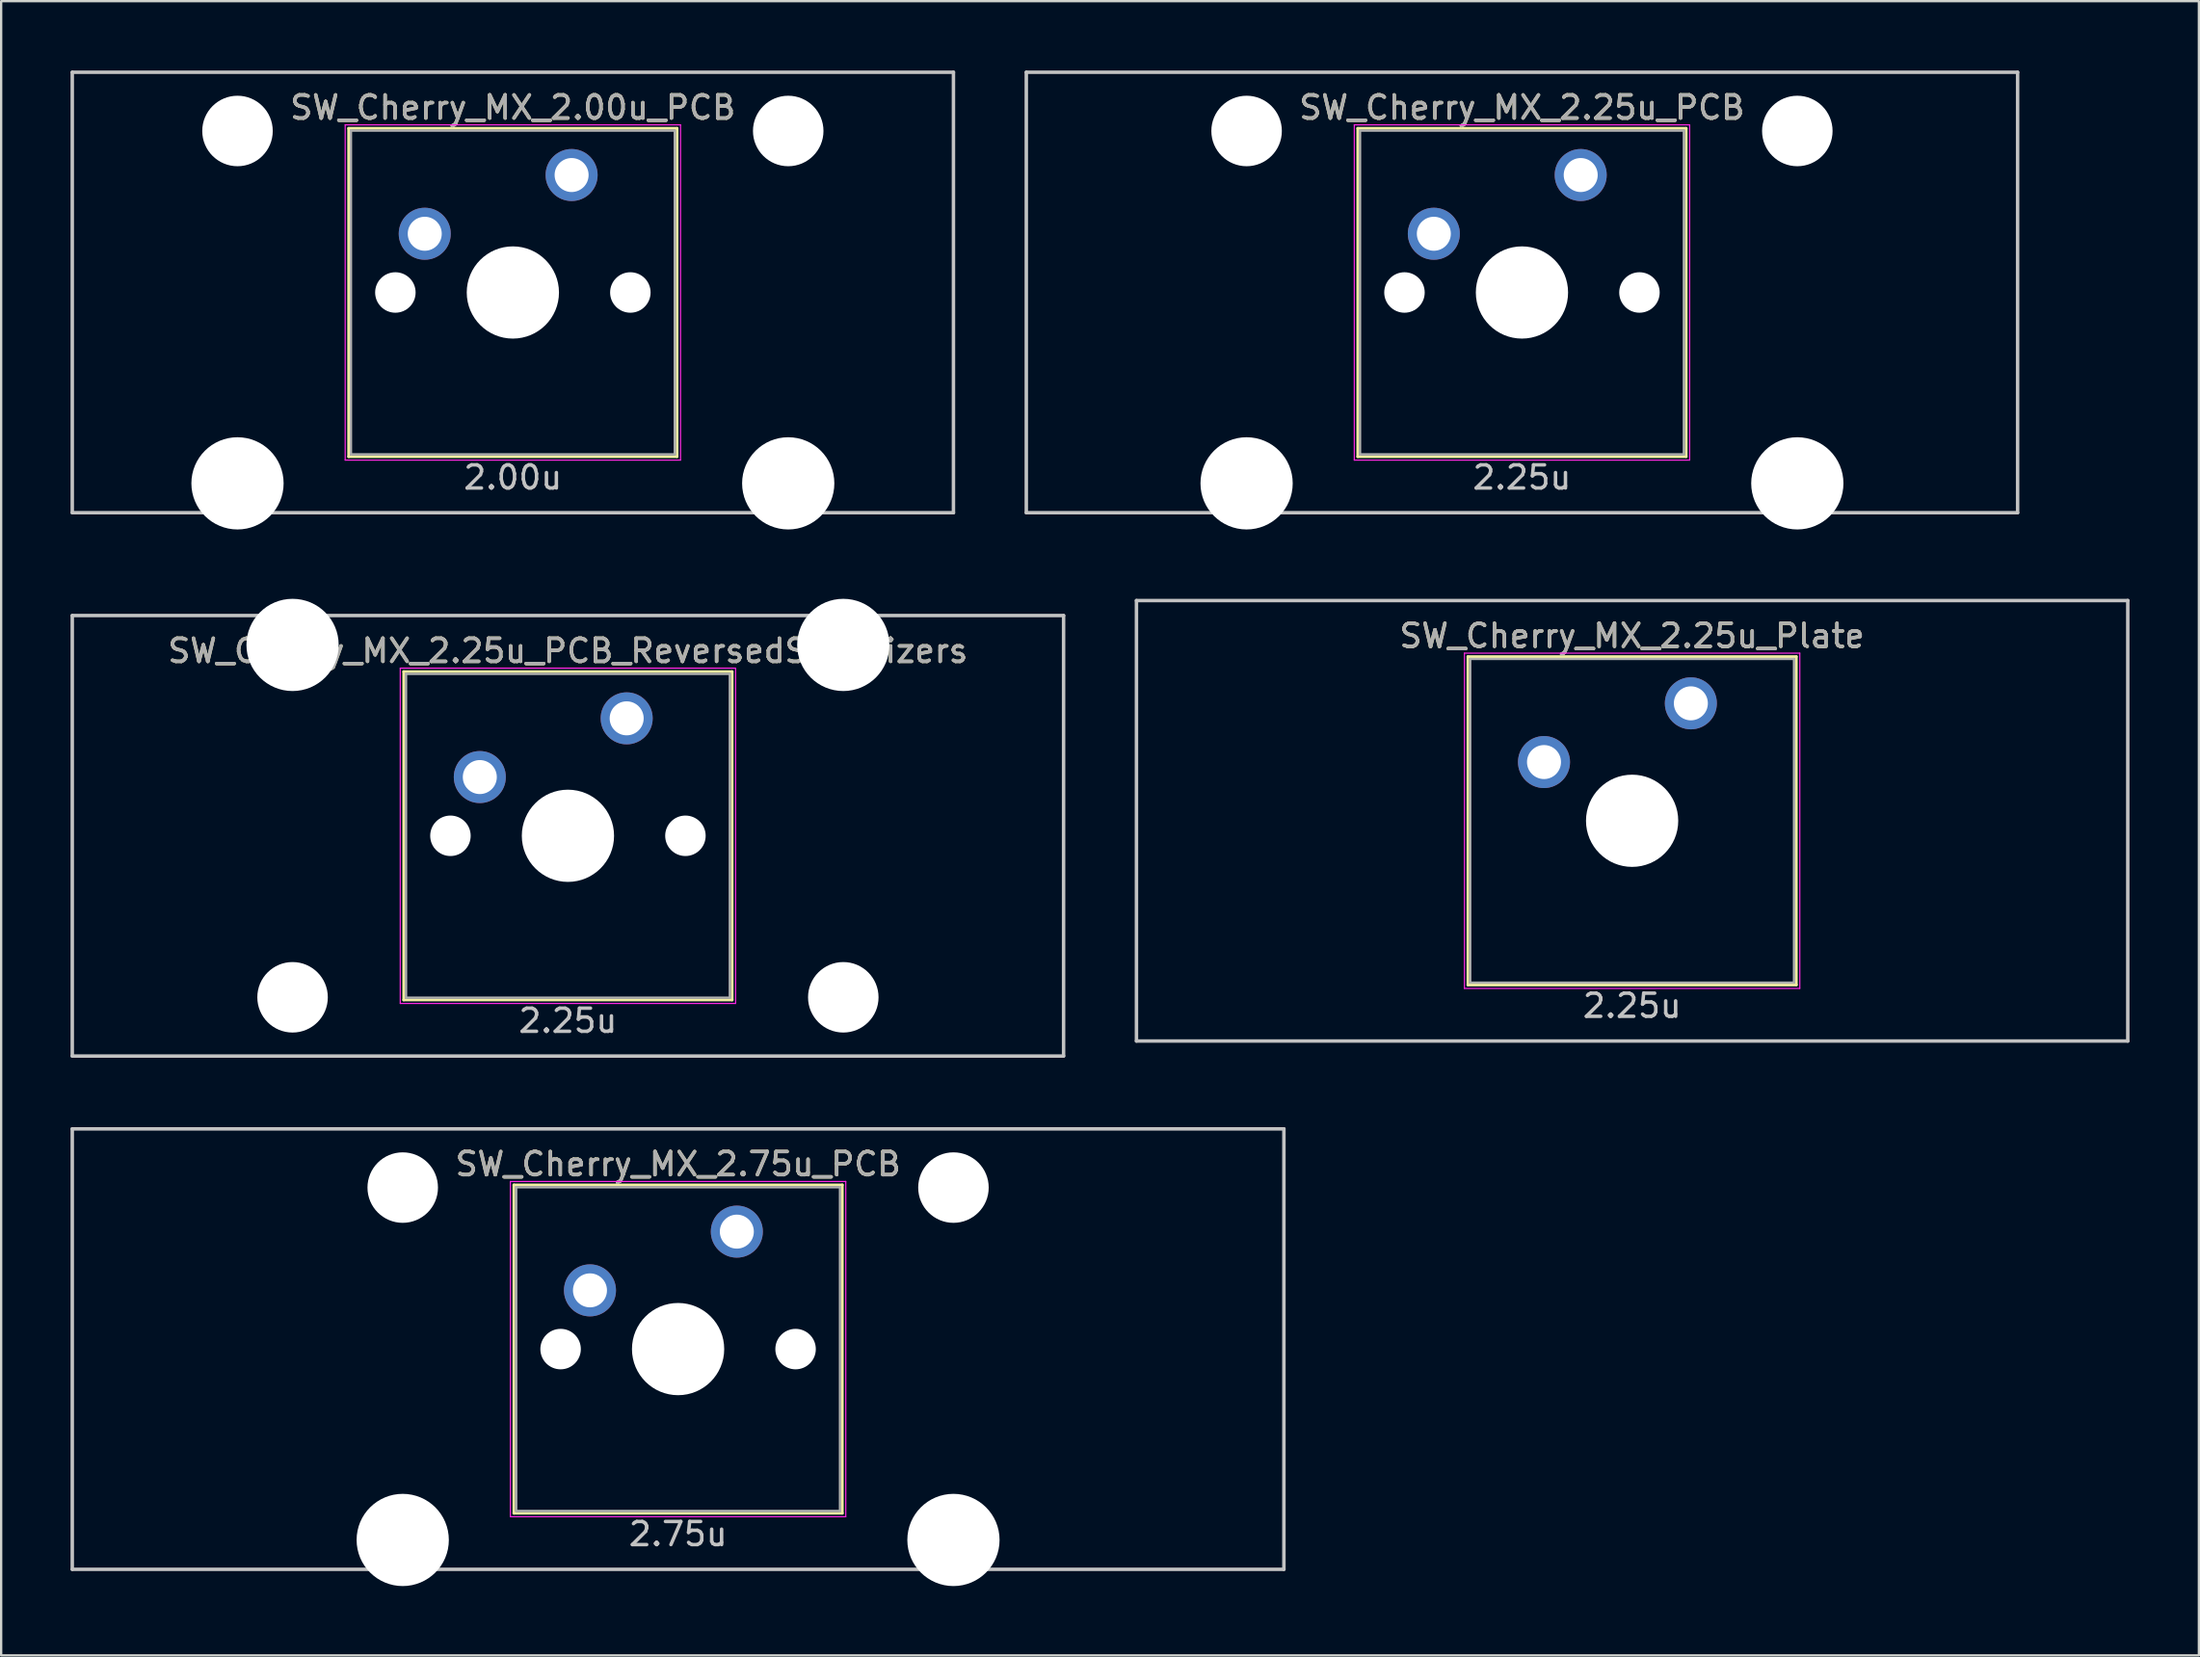
<source format=kicad_pcb>
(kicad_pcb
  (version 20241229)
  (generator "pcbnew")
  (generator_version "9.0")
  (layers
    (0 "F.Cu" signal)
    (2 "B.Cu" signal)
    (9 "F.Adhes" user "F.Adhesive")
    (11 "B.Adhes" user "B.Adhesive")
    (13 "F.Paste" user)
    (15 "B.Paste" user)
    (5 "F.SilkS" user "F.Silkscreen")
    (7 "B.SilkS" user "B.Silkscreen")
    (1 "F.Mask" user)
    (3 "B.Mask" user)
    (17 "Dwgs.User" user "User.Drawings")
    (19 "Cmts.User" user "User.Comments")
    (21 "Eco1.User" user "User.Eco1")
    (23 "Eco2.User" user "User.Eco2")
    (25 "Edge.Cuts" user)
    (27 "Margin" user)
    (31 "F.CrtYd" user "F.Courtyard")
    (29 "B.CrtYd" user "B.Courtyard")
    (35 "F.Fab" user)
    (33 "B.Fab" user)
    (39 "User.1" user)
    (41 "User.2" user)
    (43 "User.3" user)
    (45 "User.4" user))
  (footprint "SW_Cherry_MX_2.00u_PCB"
    (layer "F.Cu")
    (at 19.125 9.6)
    (property "Reference" "SW_Cherry_MX_2.00u_PCB" (at 0 -8 0) (layer "F.SilkS") (effects (font (size 1 1) (thickness 0.15))))
    (attr through_hole)
    (fp_line (start -7.1 -7.1) (end 7.1 -7.1) (stroke (width 0.12) (type solid)) (layer "F.SilkS"))
    (fp_line (start -7.1 7.1) (end -7.1 -7.1) (stroke (width 0.12) (type solid)) (layer "F.SilkS"))
    (fp_line (start 7.1 -7.1) (end 7.1 7.1) (stroke (width 0.12) (type solid)) (layer "F.SilkS"))
    (fp_line (start 7.1 7.1) (end -7.1 7.1) (stroke (width 0.12) (type solid)) (layer "F.SilkS"))
    (fp_line (start -19.05 -9.525) (end 19.05 -9.525) (stroke (width 0.15) (type solid)) (layer "Dwgs.User"))
    (fp_line (start -19.05 9.525) (end -19.05 -9.525) (stroke (width 0.15) (type solid)) (layer "Dwgs.User"))
    (fp_line (start -19.05 9.525) (end 19.05 9.525) (stroke (width 0.15) (type solid)) (layer "Dwgs.User"))
    (fp_line (start 19.05 -9.525) (end 19.05 9.525) (stroke (width 0.15) (type solid)) (layer "Dwgs.User"))
    (fp_line (start -7.25 -7.25) (end 7.25 -7.25) (stroke (width 0.05) (type solid)) (layer "F.CrtYd"))
    (fp_line (start -7.25 7.25) (end -7.25 -7.25) (stroke (width 0.05) (type solid)) (layer "F.CrtYd"))
    (fp_line (start 7.25 -7.25) (end 7.25 7.25) (stroke (width 0.05) (type solid)) (layer "F.CrtYd"))
    (fp_line (start 7.25 7.25) (end -7.25 7.25) (stroke (width 0.05) (type solid)) (layer "F.CrtYd"))
    (fp_line (start -7 -7) (end 7 -7) (stroke (width 0.1) (type solid)) (layer "F.Fab"))
    (fp_line (start -7 7) (end -7 -7) (stroke (width 0.1) (type solid)) (layer "F.Fab"))
    (fp_line (start 7 -7) (end 7 7) (stroke (width 0.1) (type solid)) (layer "F.Fab"))
    (fp_line (start 7 7) (end -7 7) (stroke (width 0.1) (type solid)) (layer "F.Fab"))
    (fp_text user "2.00u" (at 0 8 0) (layer "Dwgs.User") (effects (font (size 1 1) (thickness 0.15))))
    (fp_text user "${REFERENCE}" (at 0 -8 0) (layer "F.Fab") (effects (font (size 1 1) (thickness 0.15))))
    (pad "" np_thru_hole circle (at -11.906 -6.985) (size 3.048 3.048) (drill 3.048) (layers "*.Cu" "*.Mask"))
    (pad "" np_thru_hole circle (at -11.906 8.255) (size 3.988 3.988) (drill 3.988) (layers "*.Cu" "*.Mask"))
    (pad "" np_thru_hole circle (at -5.08 0 48.1) (size 1.75 1.75) (drill 1.75) (layers "*.Cu" "*.Mask"))
    (pad "" np_thru_hole circle (at 0 0) (size 3.988 3.988) (drill 3.988) (layers "*.Cu" "*.Mask"))
    (pad "" np_thru_hole circle (at 5.08 0 48.1) (size 1.75 1.75) (drill 1.75) (layers "*.Cu" "*.Mask"))
    (pad "" np_thru_hole circle (at 11.906 -6.985) (size 3.048 3.048) (drill 3.048) (layers "*.Cu" "*.Mask"))
    (pad "" np_thru_hole circle (at 11.906 8.255) (size 3.988 3.988) (drill 3.988) (layers "*.Cu" "*.Mask"))
    (pad "1" thru_hole circle (at -3.81 -2.54) (size 2.25 2.25) (drill 1.47) (layers "*.Cu" "B.Mask"))
    (pad "2" thru_hole circle (at 2.54 -5.08) (size 2.25 2.25) (drill 1.47) (layers "*.Cu" "B.Mask")))
  (footprint "SW_Cherry_MX_2.75u_PCB"
    (layer "F.Cu")
    (at 26.269 55.298)
    (property "Reference" "SW_Cherry_MX_2.75u_PCB" (at 0 -8 0) (layer "F.SilkS") (effects (font (size 1 1) (thickness 0.15))))
    (attr through_hole)
    (fp_line (start -7.1 -7.1) (end 7.1 -7.1) (stroke (width 0.12) (type solid)) (layer "F.SilkS"))
    (fp_line (start -7.1 7.1) (end -7.1 -7.1) (stroke (width 0.12) (type solid)) (layer "F.SilkS"))
    (fp_line (start 7.1 -7.1) (end 7.1 7.1) (stroke (width 0.12) (type solid)) (layer "F.SilkS"))
    (fp_line (start 7.1 7.1) (end -7.1 7.1) (stroke (width 0.12) (type solid)) (layer "F.SilkS"))
    (fp_line (start -26.194 -9.525) (end 26.194 -9.525) (stroke (width 0.15) (type solid)) (layer "Dwgs.User"))
    (fp_line (start -26.194 9.525) (end -26.194 -9.525) (stroke (width 0.15) (type solid)) (layer "Dwgs.User"))
    (fp_line (start -26.194 9.525) (end 26.194 9.525) (stroke (width 0.15) (type solid)) (layer "Dwgs.User"))
    (fp_line (start 26.194 -9.525) (end 26.194 9.525) (stroke (width 0.15) (type solid)) (layer "Dwgs.User"))
    (fp_line (start -7.25 -7.25) (end 7.25 -7.25) (stroke (width 0.05) (type solid)) (layer "F.CrtYd"))
    (fp_line (start -7.25 7.25) (end -7.25 -7.25) (stroke (width 0.05) (type solid)) (layer "F.CrtYd"))
    (fp_line (start 7.25 -7.25) (end 7.25 7.25) (stroke (width 0.05) (type solid)) (layer "F.CrtYd"))
    (fp_line (start 7.25 7.25) (end -7.25 7.25) (stroke (width 0.05) (type solid)) (layer "F.CrtYd"))
    (fp_line (start -7 -7) (end 7 -7) (stroke (width 0.1) (type solid)) (layer "F.Fab"))
    (fp_line (start -7 7) (end -7 -7) (stroke (width 0.1) (type solid)) (layer "F.Fab"))
    (fp_line (start 7 -7) (end 7 7) (stroke (width 0.1) (type solid)) (layer "F.Fab"))
    (fp_line (start 7 7) (end -7 7) (stroke (width 0.1) (type solid)) (layer "F.Fab"))
    (fp_text user "2.75u" (at 0 8 0) (layer "Dwgs.User") (effects (font (size 1 1) (thickness 0.15))))
    (fp_text user "${REFERENCE}" (at 0 -8 0) (layer "F.Fab") (effects (font (size 1 1) (thickness 0.15))))
    (pad "" np_thru_hole circle (at -11.906 -6.985) (size 3.048 3.048) (drill 3.048) (layers "*.Cu" "*.Mask"))
    (pad "" np_thru_hole circle (at -11.906 8.255) (size 3.988 3.988) (drill 3.988) (layers "*.Cu" "*.Mask"))
    (pad "" np_thru_hole circle (at -5.08 0 48.1) (size 1.75 1.75) (drill 1.75) (layers "*.Cu" "*.Mask"))
    (pad "" np_thru_hole circle (at 0 0) (size 3.988 3.988) (drill 3.988) (layers "*.Cu" "*.Mask"))
    (pad "" np_thru_hole circle (at 5.08 0 48.1) (size 1.75 1.75) (drill 1.75) (layers "*.Cu" "*.Mask"))
    (pad "" np_thru_hole circle (at 11.906 -6.985) (size 3.048 3.048) (drill 3.048) (layers "*.Cu" "*.Mask"))
    (pad "" np_thru_hole circle (at 11.906 8.255) (size 3.988 3.988) (drill 3.988) (layers "*.Cu" "*.Mask"))
    (pad "1" thru_hole circle (at -3.81 -2.54) (size 2.25 2.25) (drill 1.47) (layers "*.Cu" "B.Mask"))
    (pad "2" thru_hole circle (at 2.54 -5.08) (size 2.25 2.25) (drill 1.47) (layers "*.Cu" "B.Mask")))
  (footprint "SW_Cherry_MX_2.25u_PCB_ReversedStabilizers"
    (layer "F.Cu")
    (at 21.506 33.098)
    (property "Reference" "SW_Cherry_MX_2.25u_PCB_ReversedStabilizers" (at 0 -8 0) (layer "F.SilkS") (effects (font (size 1 1) (thickness 0.15))))
    (attr through_hole)
    (fp_line (start -7.1 -7.1) (end 7.1 -7.1) (stroke (width 0.12) (type solid)) (layer "F.SilkS"))
    (fp_line (start -7.1 7.1) (end -7.1 -7.1) (stroke (width 0.12) (type solid)) (layer "F.SilkS"))
    (fp_line (start 7.1 -7.1) (end 7.1 7.1) (stroke (width 0.12) (type solid)) (layer "F.SilkS"))
    (fp_line (start 7.1 7.1) (end -7.1 7.1) (stroke (width 0.12) (type solid)) (layer "F.SilkS"))
    (fp_line (start -21.431 -9.525) (end 21.431 -9.525) (stroke (width 0.15) (type solid)) (layer "Dwgs.User"))
    (fp_line (start -21.431 9.525) (end -21.431 -9.525) (stroke (width 0.15) (type solid)) (layer "Dwgs.User"))
    (fp_line (start -21.431 9.525) (end 21.431 9.525) (stroke (width 0.15) (type solid)) (layer "Dwgs.User"))
    (fp_line (start 21.431 -9.525) (end 21.431 9.525) (stroke (width 0.15) (type solid)) (layer "Dwgs.User"))
    (fp_line (start -7.25 -7.25) (end 7.25 -7.25) (stroke (width 0.05) (type solid)) (layer "F.CrtYd"))
    (fp_line (start -7.25 7.25) (end -7.25 -7.25) (stroke (width 0.05) (type solid)) (layer "F.CrtYd"))
    (fp_line (start 7.25 -7.25) (end 7.25 7.25) (stroke (width 0.05) (type solid)) (layer "F.CrtYd"))
    (fp_line (start 7.25 7.25) (end -7.25 7.25) (stroke (width 0.05) (type solid)) (layer "F.CrtYd"))
    (fp_line (start -7 -7) (end 7 -7) (stroke (width 0.1) (type solid)) (layer "F.Fab"))
    (fp_line (start -7 7) (end -7 -7) (stroke (width 0.1) (type solid)) (layer "F.Fab"))
    (fp_line (start 7 -7) (end 7 7) (stroke (width 0.1) (type solid)) (layer "F.Fab"))
    (fp_line (start 7 7) (end -7 7) (stroke (width 0.1) (type solid)) (layer "F.Fab"))
    (fp_text user "2.25u" (at 0 8 0) (layer "Dwgs.User") (effects (font (size 1 1) (thickness 0.15))))
    (fp_text user "${REFERENCE}" (at 0 -8 0) (layer "F.Fab") (effects (font (size 1 1) (thickness 0.15))))
    (pad "" np_thru_hole circle (at -11.906 -8.255) (size 3.988 3.988) (drill 3.988) (layers "*.Cu" "*.Mask"))
    (pad "" np_thru_hole circle (at -11.906 6.985) (size 3.048 3.048) (drill 3.048) (layers "*.Cu" "*.Mask"))
    (pad "" np_thru_hole circle (at -5.08 0 48.1) (size 1.75 1.75) (drill 1.75) (layers "*.Cu" "*.Mask"))
    (pad "" np_thru_hole circle (at 0 0) (size 3.988 3.988) (drill 3.988) (layers "*.Cu" "*.Mask"))
    (pad "" np_thru_hole circle (at 5.08 0 48.1) (size 1.75 1.75) (drill 1.75) (layers "*.Cu" "*.Mask"))
    (pad "" np_thru_hole circle (at 11.906 -8.255) (size 3.988 3.988) (drill 3.988) (layers "*.Cu" "*.Mask"))
    (pad "" np_thru_hole circle (at 11.906 6.985) (size 3.048 3.048) (drill 3.048) (layers "*.Cu" "*.Mask"))
    (pad "1" thru_hole circle (at -3.81 -2.54) (size 2.25 2.25) (drill 1.47) (layers "*.Cu" "B.Mask"))
    (pad "2" thru_hole circle (at 2.54 -5.08) (size 2.25 2.25) (drill 1.47) (layers "*.Cu" "B.Mask")))
  (footprint "SW_Cherry_MX_2.25u_Plate"
    (layer "F.Cu")
    (at 67.519 32.449)
    (property "Reference" "SW_Cherry_MX_2.25u_Plate" (at 0 -8 0) (layer "F.SilkS") (effects (font (size 1 1) (thickness 0.15))))
    (attr through_hole)
    (fp_line (start -7.1 -7.1) (end 7.1 -7.1) (stroke (width 0.12) (type solid)) (layer "F.SilkS"))
    (fp_line (start -7.1 7.1) (end -7.1 -7.1) (stroke (width 0.12) (type solid)) (layer "F.SilkS"))
    (fp_line (start 7.1 -7.1) (end 7.1 7.1) (stroke (width 0.12) (type solid)) (layer "F.SilkS"))
    (fp_line (start 7.1 7.1) (end -7.1 7.1) (stroke (width 0.12) (type solid)) (layer "F.SilkS"))
    (fp_line (start -21.431 -9.525) (end 21.431 -9.525) (stroke (width 0.15) (type solid)) (layer "Dwgs.User"))
    (fp_line (start -21.431 9.525) (end -21.431 -9.525) (stroke (width 0.15) (type solid)) (layer "Dwgs.User"))
    (fp_line (start -21.431 9.525) (end 21.431 9.525) (stroke (width 0.15) (type solid)) (layer "Dwgs.User"))
    (fp_line (start 21.431 -9.525) (end 21.431 9.525) (stroke (width 0.15) (type solid)) (layer "Dwgs.User"))
    (fp_line (start -7.25 -7.25) (end 7.25 -7.25) (stroke (width 0.05) (type solid)) (layer "F.CrtYd"))
    (fp_line (start -7.25 7.25) (end -7.25 -7.25) (stroke (width 0.05) (type solid)) (layer "F.CrtYd"))
    (fp_line (start 7.25 -7.25) (end 7.25 7.25) (stroke (width 0.05) (type solid)) (layer "F.CrtYd"))
    (fp_line (start 7.25 7.25) (end -7.25 7.25) (stroke (width 0.05) (type solid)) (layer "F.CrtYd"))
    (fp_line (start -7 -7) (end 7 -7) (stroke (width 0.1) (type solid)) (layer "F.Fab"))
    (fp_line (start -7 7) (end -7 -7) (stroke (width 0.1) (type solid)) (layer "F.Fab"))
    (fp_line (start 7 -7) (end 7 7) (stroke (width 0.1) (type solid)) (layer "F.Fab"))
    (fp_line (start 7 7) (end -7 7) (stroke (width 0.1) (type solid)) (layer "F.Fab"))
    (fp_text user "2.25u" (at 0 8 0) (layer "Dwgs.User") (effects (font (size 1 1) (thickness 0.15))))
    (fp_text user "${REFERENCE}" (at 0 -8 0) (layer "F.Fab") (effects (font (size 1 1) (thickness 0.15))))
    (pad "" np_thru_hole circle (at 0 0) (size 3.988 3.988) (drill 3.988) (layers "*.Cu" "*.Mask"))
    (pad "1" thru_hole circle (at -3.81 -2.54) (size 2.25 2.25) (drill 1.47) (layers "*.Cu" "B.Mask"))
    (pad "2" thru_hole circle (at 2.54 -5.08) (size 2.25 2.25) (drill 1.47) (layers "*.Cu" "B.Mask")))
  (footprint "SW_Cherry_MX_2.25u_PCB"
    (layer "F.Cu")
    (at 62.756 9.6)
    (property "Reference" "SW_Cherry_MX_2.25u_PCB" (at 0 -8 0) (layer "F.SilkS") (effects (font (size 1 1) (thickness 0.15))))
    (attr through_hole)
    (fp_line (start -7.1 -7.1) (end 7.1 -7.1) (stroke (width 0.12) (type solid)) (layer "F.SilkS"))
    (fp_line (start -7.1 7.1) (end -7.1 -7.1) (stroke (width 0.12) (type solid)) (layer "F.SilkS"))
    (fp_line (start 7.1 -7.1) (end 7.1 7.1) (stroke (width 0.12) (type solid)) (layer "F.SilkS"))
    (fp_line (start 7.1 7.1) (end -7.1 7.1) (stroke (width 0.12) (type solid)) (layer "F.SilkS"))
    (fp_line (start -21.431 -9.525) (end 21.431 -9.525) (stroke (width 0.15) (type solid)) (layer "Dwgs.User"))
    (fp_line (start -21.431 9.525) (end -21.431 -9.525) (stroke (width 0.15) (type solid)) (layer "Dwgs.User"))
    (fp_line (start -21.431 9.525) (end 21.431 9.525) (stroke (width 0.15) (type solid)) (layer "Dwgs.User"))
    (fp_line (start 21.431 -9.525) (end 21.431 9.525) (stroke (width 0.15) (type solid)) (layer "Dwgs.User"))
    (fp_line (start -7.25 -7.25) (end 7.25 -7.25) (stroke (width 0.05) (type solid)) (layer "F.CrtYd"))
    (fp_line (start -7.25 7.25) (end -7.25 -7.25) (stroke (width 0.05) (type solid)) (layer "F.CrtYd"))
    (fp_line (start 7.25 -7.25) (end 7.25 7.25) (stroke (width 0.05) (type solid)) (layer "F.CrtYd"))
    (fp_line (start 7.25 7.25) (end -7.25 7.25) (stroke (width 0.05) (type solid)) (layer "F.CrtYd"))
    (fp_line (start -7 -7) (end 7 -7) (stroke (width 0.1) (type solid)) (layer "F.Fab"))
    (fp_line (start -7 7) (end -7 -7) (stroke (width 0.1) (type solid)) (layer "F.Fab"))
    (fp_line (start 7 -7) (end 7 7) (stroke (width 0.1) (type solid)) (layer "F.Fab"))
    (fp_line (start 7 7) (end -7 7) (stroke (width 0.1) (type solid)) (layer "F.Fab"))
    (fp_text user "2.25u" (at 0 8 0) (layer "Dwgs.User") (effects (font (size 1 1) (thickness 0.15))))
    (fp_text user "${REFERENCE}" (at 0 -8 0) (layer "F.Fab") (effects (font (size 1 1) (thickness 0.15))))
    (pad "" np_thru_hole circle (at -11.906 -6.985) (size 3.048 3.048) (drill 3.048) (layers "*.Cu" "*.Mask"))
    (pad "" np_thru_hole circle (at -11.906 8.255) (size 3.988 3.988) (drill 3.988) (layers "*.Cu" "*.Mask"))
    (pad "" np_thru_hole circle (at -5.08 0 48.1) (size 1.75 1.75) (drill 1.75) (layers "*.Cu" "*.Mask"))
    (pad "" np_thru_hole circle (at 0 0) (size 3.988 3.988) (drill 3.988) (layers "*.Cu" "*.Mask"))
    (pad "" np_thru_hole circle (at 5.08 0 48.1) (size 1.75 1.75) (drill 1.75) (layers "*.Cu" "*.Mask"))
    (pad "" np_thru_hole circle (at 11.906 -6.985) (size 3.048 3.048) (drill 3.048) (layers "*.Cu" "*.Mask"))
    (pad "" np_thru_hole circle (at 11.906 8.255) (size 3.988 3.988) (drill 3.988) (layers "*.Cu" "*.Mask"))
    (pad "1" thru_hole circle (at -3.81 -2.54) (size 2.25 2.25) (drill 1.47) (layers "*.Cu" "B.Mask"))
    (pad "2" thru_hole circle (at 2.54 -5.08) (size 2.25 2.25) (drill 1.47) (layers "*.Cu" "B.Mask")))
  (gr_rect
    (start -3 -3)
    (end 92.025 68.547)
    (stroke (width 0.1) (type default))
    (fill no)
    (layer "Edge.Cuts")))
</source>
